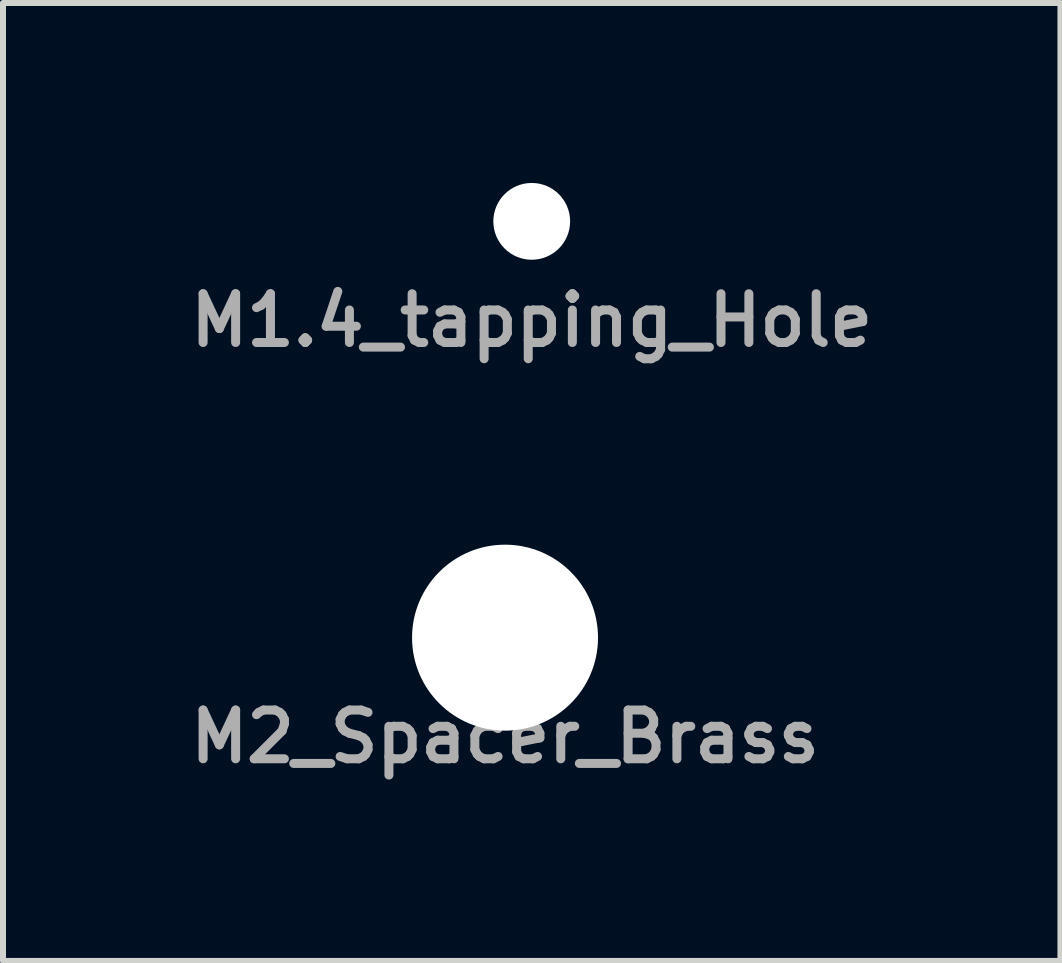
<source format=kicad_pcb>
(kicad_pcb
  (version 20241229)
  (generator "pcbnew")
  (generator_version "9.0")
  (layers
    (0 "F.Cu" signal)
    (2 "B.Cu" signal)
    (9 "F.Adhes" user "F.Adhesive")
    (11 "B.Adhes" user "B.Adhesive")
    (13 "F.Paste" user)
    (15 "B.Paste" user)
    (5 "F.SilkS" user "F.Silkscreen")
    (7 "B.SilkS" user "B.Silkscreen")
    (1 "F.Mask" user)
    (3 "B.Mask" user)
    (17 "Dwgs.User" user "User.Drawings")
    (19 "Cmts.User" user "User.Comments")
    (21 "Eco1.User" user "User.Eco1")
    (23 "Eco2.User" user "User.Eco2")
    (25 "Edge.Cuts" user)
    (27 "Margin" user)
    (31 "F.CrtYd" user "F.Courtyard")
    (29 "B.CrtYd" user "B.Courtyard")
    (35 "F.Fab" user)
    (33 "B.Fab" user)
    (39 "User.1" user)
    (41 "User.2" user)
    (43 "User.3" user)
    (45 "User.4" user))
  (footprint "M2_Spacer_Brass"
    (layer "F.Cu")
    (at 5.369 7.58)
    (property "Reference" "M2_Spacer_Brass" (at 0 1.651 0) (layer "F.Fab") (effects (font (size 0.813 0.813) (thickness 0.15))))
    (pad "" np_thru_hole circle (at 0 0) (size 3.1 3.1) (drill 3.1) (layers "*.Cu" "*.Mask")))
  (footprint "M1.4_tapping_Hole"
    (layer "F.Cu")
    (at 5.814 0.64)
    (property "Reference" "M1.4_tapping_Hole" (at 0 1.651 0) (layer "F.Fab") (effects (font (size 0.813 0.813) (thickness 0.15))))
    (attr through_hole)
    (pad "" np_thru_hole circle (at 0 0) (size 1.28 1.28) (drill 1.28) (layers "*.Cu" "*.Mask")))
  (gr_rect
    (start -3 -3)
    (end 14.628 12.969)
    (stroke (width 0.1) (type default))
    (fill no)
    (layer "Edge.Cuts")))
</source>
